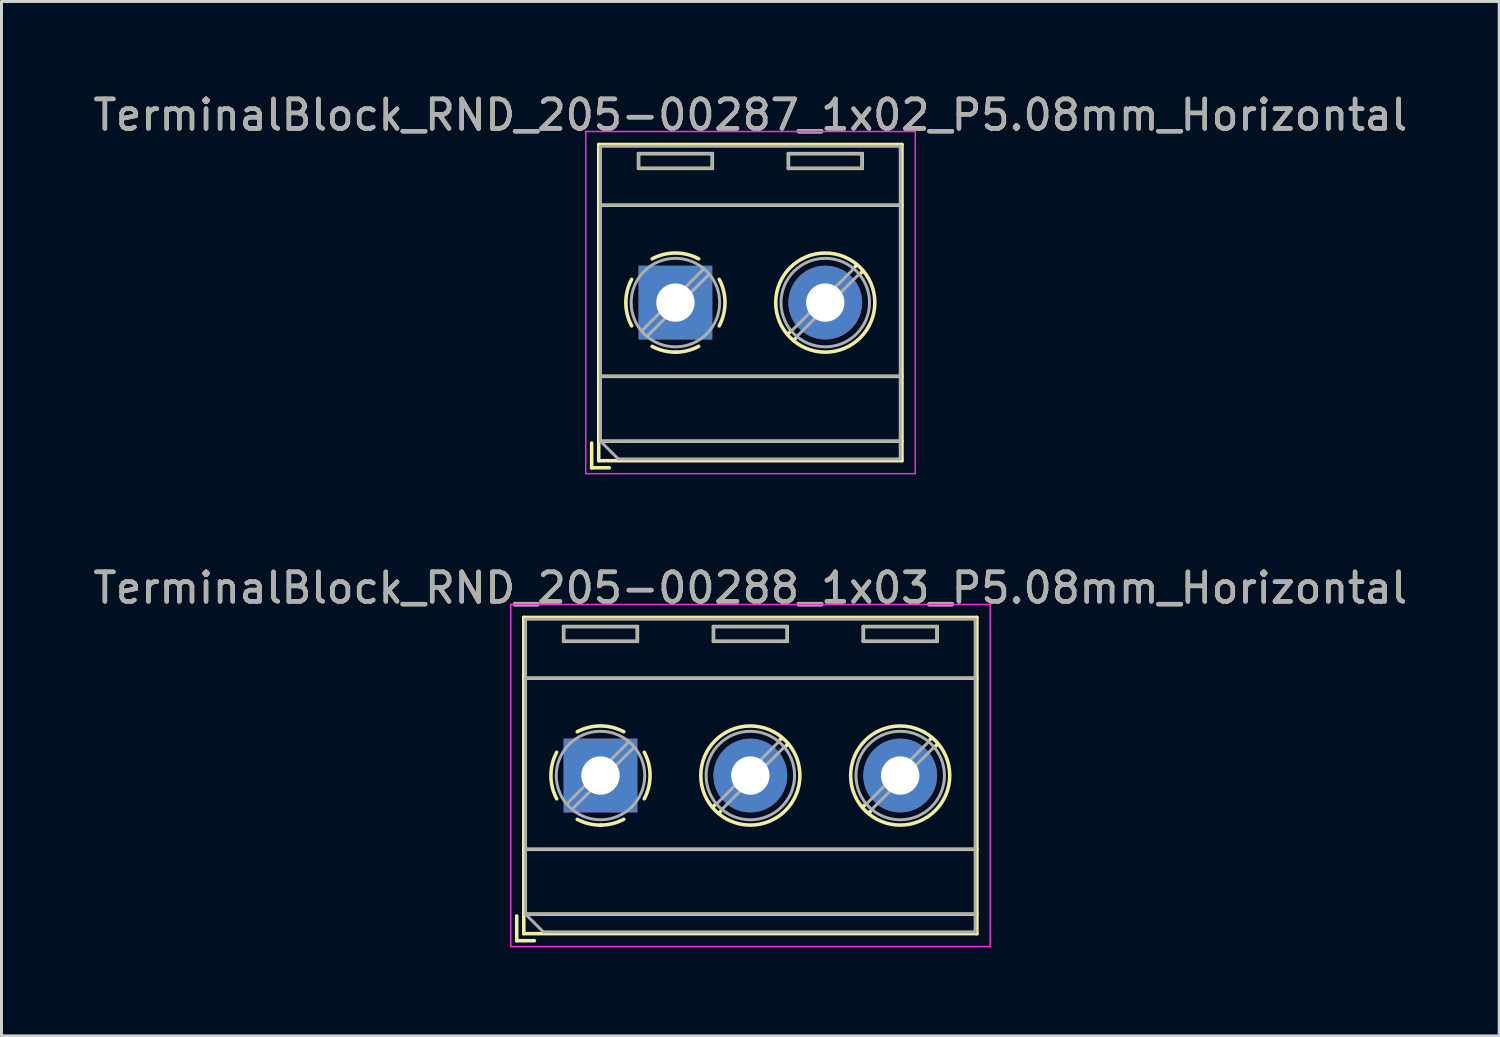
<source format=kicad_pcb>
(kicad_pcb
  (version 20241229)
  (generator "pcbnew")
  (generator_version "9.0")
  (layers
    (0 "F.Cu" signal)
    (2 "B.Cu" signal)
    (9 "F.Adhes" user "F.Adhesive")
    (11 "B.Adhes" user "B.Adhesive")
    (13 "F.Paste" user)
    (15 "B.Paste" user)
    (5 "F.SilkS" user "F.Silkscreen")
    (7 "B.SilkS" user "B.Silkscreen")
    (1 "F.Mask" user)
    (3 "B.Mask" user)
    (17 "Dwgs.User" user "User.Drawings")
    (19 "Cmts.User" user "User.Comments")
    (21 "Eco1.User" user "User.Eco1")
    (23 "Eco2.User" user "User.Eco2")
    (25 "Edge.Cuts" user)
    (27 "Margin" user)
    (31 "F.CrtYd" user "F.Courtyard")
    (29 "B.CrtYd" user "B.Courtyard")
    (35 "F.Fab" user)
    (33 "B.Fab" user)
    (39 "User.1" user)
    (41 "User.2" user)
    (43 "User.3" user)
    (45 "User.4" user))
  (footprint "TerminalBlock_RND_205-00288_1x03_P5.08mm_Horizontal"
    (layer "F.Cu")
    (at 17.307 23.241)
    (property "Reference" "TerminalBlock_RND_205-00288_1x03_P5.08mm_Horizontal" (at 5.08 -6.36 0) (layer "F.SilkS") (effects (font (size 1 1) (thickness 0.15))))
    (attr through_hole)
    (fp_line (start -2.84 4.76) (end -2.84 5.6) (stroke (width 0.12) (type solid)) (layer "F.SilkS"))
    (fp_line (start -2.84 5.6) (end -2.24 5.6) (stroke (width 0.12) (type solid)) (layer "F.SilkS"))
    (fp_line (start -2.6 -5.36) (end -2.6 5.36) (stroke (width 0.12) (type solid)) (layer "F.SilkS"))
    (fp_line (start -2.6 -5.36) (end 12.76 -5.36) (stroke (width 0.12) (type solid)) (layer "F.SilkS"))
    (fp_line (start -2.6 -3.3) (end 12.76 -3.3) (stroke (width 0.12) (type solid)) (layer "F.SilkS"))
    (fp_line (start -2.6 2.5) (end 12.76 2.5) (stroke (width 0.12) (type solid)) (layer "F.SilkS"))
    (fp_line (start -2.6 4.7) (end 12.76 4.7) (stroke (width 0.12) (type solid)) (layer "F.SilkS"))
    (fp_line (start -2.6 5.36) (end 12.76 5.36) (stroke (width 0.12) (type solid)) (layer "F.SilkS"))
    (fp_line (start -1.25 -5.05) (end -1.25 -4.55) (stroke (width 0.12) (type solid)) (layer "F.SilkS"))
    (fp_line (start -1.25 -5.05) (end 1.25 -5.05) (stroke (width 0.12) (type solid)) (layer "F.SilkS"))
    (fp_line (start -1.25 -4.55) (end 1.25 -4.55) (stroke (width 0.12) (type solid)) (layer "F.SilkS"))
    (fp_line (start 1.25 -5.05) (end 1.25 -4.55) (stroke (width 0.12) (type solid)) (layer "F.SilkS"))
    (fp_line (start 3.83 -5.05) (end 3.83 -4.55) (stroke (width 0.12) (type solid)) (layer "F.SilkS"))
    (fp_line (start 3.83 -5.05) (end 6.33 -5.05) (stroke (width 0.12) (type solid)) (layer "F.SilkS"))
    (fp_line (start 3.83 -4.55) (end 6.33 -4.55) (stroke (width 0.12) (type solid)) (layer "F.SilkS"))
    (fp_line (start 3.9 0.976) (end 3.806 1.069) (stroke (width 0.12) (type solid)) (layer "F.SilkS"))
    (fp_line (start 4.07 1.216) (end 4.011 1.274) (stroke (width 0.12) (type solid)) (layer "F.SilkS"))
    (fp_line (start 6.15 -1.275) (end 6.091 -1.216) (stroke (width 0.12) (type solid)) (layer "F.SilkS"))
    (fp_line (start 6.33 -5.05) (end 6.33 -4.55) (stroke (width 0.12) (type solid)) (layer "F.SilkS"))
    (fp_line (start 6.355 -1.069) (end 6.261 -0.976) (stroke (width 0.12) (type solid)) (layer "F.SilkS"))
    (fp_line (start 8.91 -5.05) (end 8.91 -4.55) (stroke (width 0.12) (type solid)) (layer "F.SilkS"))
    (fp_line (start 8.91 -5.05) (end 11.41 -5.05) (stroke (width 0.12) (type solid)) (layer "F.SilkS"))
    (fp_line (start 8.91 -4.55) (end 11.41 -4.55) (stroke (width 0.12) (type solid)) (layer "F.SilkS"))
    (fp_line (start 8.98 0.976) (end 8.886 1.069) (stroke (width 0.12) (type solid)) (layer "F.SilkS"))
    (fp_line (start 9.15 1.216) (end 9.091 1.274) (stroke (width 0.12) (type solid)) (layer "F.SilkS"))
    (fp_line (start 11.23 -1.275) (end 11.171 -1.216) (stroke (width 0.12) (type solid)) (layer "F.SilkS"))
    (fp_line (start 11.41 -5.05) (end 11.41 -4.55) (stroke (width 0.12) (type solid)) (layer "F.SilkS"))
    (fp_line (start 11.435 -1.069) (end 11.341 -0.976) (stroke (width 0.12) (type solid)) (layer "F.SilkS"))
    (fp_line (start 12.76 -5.36) (end 12.76 5.36) (stroke (width 0.12) (type solid)) (layer "F.SilkS"))
    (fp_arc (start -1.483953 0.789089) (mid -1.680708 0.00005) (end -1.484 -0.789) (stroke (width 0.12) (type solid)) (layer "F.SilkS"))
    (fp_arc (start -0.789089 -1.483953) (mid -0.00005 -1.680708) (end 0.789 -1.484) (stroke (width 0.12) (type solid)) (layer "F.SilkS"))
    (fp_arc (start 0.029383 1.68045) (mid -0.392304 1.634281) (end -0.789 1.484) (stroke (width 0.12) (type solid)) (layer "F.SilkS"))
    (fp_arc (start 0.788712 1.483352) (mid 0.406429 1.630097) (end 0 1.68) (stroke (width 0.12) (type solid)) (layer "F.SilkS"))
    (fp_arc (start 1.483953 -0.789089) (mid 1.680708 -0.00005) (end 1.484 0.789) (stroke (width 0.12) (type solid)) (layer "F.SilkS"))
    (fp_circle (center 5.08 0) (end 6.76 0) (stroke (width 0.12) (type solid)) (fill no) (layer "F.SilkS"))
    (fp_circle (center 10.16 0) (end 11.84 0) (stroke (width 0.12) (type solid)) (fill no) (layer "F.SilkS"))
    (fp_line (start -3.04 -5.8) (end -3.04 5.8) (stroke (width 0.05) (type solid)) (layer "F.CrtYd"))
    (fp_line (start -3.04 5.8) (end 13.21 5.8) (stroke (width 0.05) (type solid)) (layer "F.CrtYd"))
    (fp_line (start 13.21 -5.8) (end -3.04 -5.8) (stroke (width 0.05) (type solid)) (layer "F.CrtYd"))
    (fp_line (start 13.21 5.8) (end 13.21 -5.8) (stroke (width 0.05) (type solid)) (layer "F.CrtYd"))
    (fp_line (start -2.54 -5.3) (end 12.7 -5.3) (stroke (width 0.1) (type solid)) (layer "F.Fab"))
    (fp_line (start -2.54 -3.3) (end 12.7 -3.3) (stroke (width 0.1) (type solid)) (layer "F.Fab"))
    (fp_line (start -2.54 2.5) (end 12.7 2.5) (stroke (width 0.1) (type solid)) (layer "F.Fab"))
    (fp_line (start -2.54 4.7) (end -2.54 -5.3) (stroke (width 0.1) (type solid)) (layer "F.Fab"))
    (fp_line (start -2.54 4.7) (end 12.7 4.7) (stroke (width 0.1) (type solid)) (layer "F.Fab"))
    (fp_line (start -1.94 5.3) (end -2.54 4.7) (stroke (width 0.1) (type solid)) (layer "F.Fab"))
    (fp_line (start -1.25 -5.05) (end -1.25 -4.55) (stroke (width 0.1) (type solid)) (layer "F.Fab"))
    (fp_line (start -1.25 -4.55) (end 1.25 -4.55) (stroke (width 0.1) (type solid)) (layer "F.Fab"))
    (fp_line (start 0.955 -1.138) (end -1.138 0.955) (stroke (width 0.1) (type solid)) (layer "F.Fab"))
    (fp_line (start 1.138 -0.955) (end -0.955 1.138) (stroke (width 0.1) (type solid)) (layer "F.Fab"))
    (fp_line (start 1.25 -5.05) (end -1.25 -5.05) (stroke (width 0.1) (type solid)) (layer "F.Fab"))
    (fp_line (start 1.25 -4.55) (end 1.25 -5.05) (stroke (width 0.1) (type solid)) (layer "F.Fab"))
    (fp_line (start 3.83 -5.05) (end 3.83 -4.55) (stroke (width 0.1) (type solid)) (layer "F.Fab"))
    (fp_line (start 3.83 -4.55) (end 6.33 -4.55) (stroke (width 0.1) (type solid)) (layer "F.Fab"))
    (fp_line (start 6.035 -1.138) (end 3.943 0.955) (stroke (width 0.1) (type solid)) (layer "F.Fab"))
    (fp_line (start 6.218 -0.955) (end 4.126 1.138) (stroke (width 0.1) (type solid)) (layer "F.Fab"))
    (fp_line (start 6.33 -5.05) (end 3.83 -5.05) (stroke (width 0.1) (type solid)) (layer "F.Fab"))
    (fp_line (start 6.33 -4.55) (end 6.33 -5.05) (stroke (width 0.1) (type solid)) (layer "F.Fab"))
    (fp_line (start 8.91 -5.05) (end 8.91 -4.55) (stroke (width 0.1) (type solid)) (layer "F.Fab"))
    (fp_line (start 8.91 -4.55) (end 11.41 -4.55) (stroke (width 0.1) (type solid)) (layer "F.Fab"))
    (fp_line (start 11.115 -1.138) (end 9.023 0.955) (stroke (width 0.1) (type solid)) (layer "F.Fab"))
    (fp_line (start 11.298 -0.955) (end 9.206 1.138) (stroke (width 0.1) (type solid)) (layer "F.Fab"))
    (fp_line (start 11.41 -5.05) (end 8.91 -5.05) (stroke (width 0.1) (type solid)) (layer "F.Fab"))
    (fp_line (start 11.41 -4.55) (end 11.41 -5.05) (stroke (width 0.1) (type solid)) (layer "F.Fab"))
    (fp_line (start 12.7 -5.3) (end 12.7 5.3) (stroke (width 0.1) (type solid)) (layer "F.Fab"))
    (fp_line (start 12.7 5.3) (end -1.94 5.3) (stroke (width 0.1) (type solid)) (layer "F.Fab"))
    (fp_circle (center 0 0) (end 1.5 0) (stroke (width 0.1) (type solid)) (fill no) (layer "F.Fab"))
    (fp_circle (center 5.08 0) (end 6.58 0) (stroke (width 0.1) (type solid)) (fill no) (layer "F.Fab"))
    (fp_circle (center 10.16 0) (end 11.66 0) (stroke (width 0.1) (type solid)) (fill no) (layer "F.Fab"))
    (fp_text user "${REFERENCE}" (at 5.08 -6.36 0) (layer "F.Fab") (effects (font (size 1 1) (thickness 0.15))))
    (pad "1" thru_hole rect (at 0 0) (size 2.5 2.5) (drill 1.3) (layers "*.Cu" "*.Mask"))
    (pad "2" thru_hole circle (at 5.08 0) (size 2.5 2.5) (drill 1.3) (layers "*.Cu" "*.Mask"))
    (pad "3" thru_hole circle (at 10.16 0) (size 2.5 2.5) (drill 1.3) (layers "*.Cu" "*.Mask")))
  (footprint "TerminalBlock_RND_205-00287_1x02_P5.08mm_Horizontal"
    (layer "F.Cu")
    (at 19.847 7.208)
    (property "Reference" "TerminalBlock_RND_205-00287_1x02_P5.08mm_Horizontal" (at 2.54 -6.36 0) (layer "F.SilkS") (effects (font (size 1 1) (thickness 0.15))))
    (attr through_hole)
    (fp_line (start -2.84 4.76) (end -2.84 5.6) (stroke (width 0.12) (type solid)) (layer "F.SilkS"))
    (fp_line (start -2.84 5.6) (end -2.24 5.6) (stroke (width 0.12) (type solid)) (layer "F.SilkS"))
    (fp_line (start -2.6 -5.36) (end -2.6 5.36) (stroke (width 0.12) (type solid)) (layer "F.SilkS"))
    (fp_line (start -2.6 -5.36) (end 7.68 -5.36) (stroke (width 0.12) (type solid)) (layer "F.SilkS"))
    (fp_line (start -2.6 -3.3) (end 7.68 -3.3) (stroke (width 0.12) (type solid)) (layer "F.SilkS"))
    (fp_line (start -2.6 2.5) (end 7.68 2.5) (stroke (width 0.12) (type solid)) (layer "F.SilkS"))
    (fp_line (start -2.6 4.7) (end 7.68 4.7) (stroke (width 0.12) (type solid)) (layer "F.SilkS"))
    (fp_line (start -2.6 5.36) (end 7.68 5.36) (stroke (width 0.12) (type solid)) (layer "F.SilkS"))
    (fp_line (start -1.25 -5.05) (end -1.25 -4.55) (stroke (width 0.12) (type solid)) (layer "F.SilkS"))
    (fp_line (start -1.25 -5.05) (end 1.25 -5.05) (stroke (width 0.12) (type solid)) (layer "F.SilkS"))
    (fp_line (start -1.25 -4.55) (end 1.25 -4.55) (stroke (width 0.12) (type solid)) (layer "F.SilkS"))
    (fp_line (start 1.25 -5.05) (end 1.25 -4.55) (stroke (width 0.12) (type solid)) (layer "F.SilkS"))
    (fp_line (start 3.83 -5.05) (end 3.83 -4.55) (stroke (width 0.12) (type solid)) (layer "F.SilkS"))
    (fp_line (start 3.83 -5.05) (end 6.33 -5.05) (stroke (width 0.12) (type solid)) (layer "F.SilkS"))
    (fp_line (start 3.83 -4.55) (end 6.33 -4.55) (stroke (width 0.12) (type solid)) (layer "F.SilkS"))
    (fp_line (start 3.9 0.976) (end 3.806 1.069) (stroke (width 0.12) (type solid)) (layer "F.SilkS"))
    (fp_line (start 4.07 1.216) (end 4.011 1.274) (stroke (width 0.12) (type solid)) (layer "F.SilkS"))
    (fp_line (start 6.15 -1.275) (end 6.091 -1.216) (stroke (width 0.12) (type solid)) (layer "F.SilkS"))
    (fp_line (start 6.33 -5.05) (end 6.33 -4.55) (stroke (width 0.12) (type solid)) (layer "F.SilkS"))
    (fp_line (start 6.355 -1.069) (end 6.261 -0.976) (stroke (width 0.12) (type solid)) (layer "F.SilkS"))
    (fp_line (start 7.68 -5.36) (end 7.68 5.36) (stroke (width 0.12) (type solid)) (layer "F.SilkS"))
    (fp_arc (start -1.483953 0.789089) (mid -1.680708 0.00005) (end -1.484 -0.789) (stroke (width 0.12) (type solid)) (layer "F.SilkS"))
    (fp_arc (start -0.789089 -1.483953) (mid -0.00005 -1.680708) (end 0.789 -1.484) (stroke (width 0.12) (type solid)) (layer "F.SilkS"))
    (fp_arc (start 0.029383 1.68045) (mid -0.392304 1.634281) (end -0.789 1.484) (stroke (width 0.12) (type solid)) (layer "F.SilkS"))
    (fp_arc (start 0.788712 1.483352) (mid 0.406429 1.630097) (end 0 1.68) (stroke (width 0.12) (type solid)) (layer "F.SilkS"))
    (fp_arc (start 1.483953 -0.789089) (mid 1.680708 -0.00005) (end 1.484 0.789) (stroke (width 0.12) (type solid)) (layer "F.SilkS"))
    (fp_circle (center 5.08 0) (end 6.76 0) (stroke (width 0.12) (type solid)) (fill no) (layer "F.SilkS"))
    (fp_line (start -3.04 -5.8) (end -3.04 5.8) (stroke (width 0.05) (type solid)) (layer "F.CrtYd"))
    (fp_line (start -3.04 5.8) (end 8.13 5.8) (stroke (width 0.05) (type solid)) (layer "F.CrtYd"))
    (fp_line (start 8.13 -5.8) (end -3.04 -5.8) (stroke (width 0.05) (type solid)) (layer "F.CrtYd"))
    (fp_line (start 8.13 5.8) (end 8.13 -5.8) (stroke (width 0.05) (type solid)) (layer "F.CrtYd"))
    (fp_line (start -2.54 -5.3) (end 7.62 -5.3) (stroke (width 0.1) (type solid)) (layer "F.Fab"))
    (fp_line (start -2.54 -3.3) (end 7.62 -3.3) (stroke (width 0.1) (type solid)) (layer "F.Fab"))
    (fp_line (start -2.54 2.5) (end 7.62 2.5) (stroke (width 0.1) (type solid)) (layer "F.Fab"))
    (fp_line (start -2.54 4.7) (end -2.54 -5.3) (stroke (width 0.1) (type solid)) (layer "F.Fab"))
    (fp_line (start -2.54 4.7) (end 7.62 4.7) (stroke (width 0.1) (type solid)) (layer "F.Fab"))
    (fp_line (start -1.94 5.3) (end -2.54 4.7) (stroke (width 0.1) (type solid)) (layer "F.Fab"))
    (fp_line (start -1.25 -5.05) (end -1.25 -4.55) (stroke (width 0.1) (type solid)) (layer "F.Fab"))
    (fp_line (start -1.25 -4.55) (end 1.25 -4.55) (stroke (width 0.1) (type solid)) (layer "F.Fab"))
    (fp_line (start 0.955 -1.138) (end -1.138 0.955) (stroke (width 0.1) (type solid)) (layer "F.Fab"))
    (fp_line (start 1.138 -0.955) (end -0.955 1.138) (stroke (width 0.1) (type solid)) (layer "F.Fab"))
    (fp_line (start 1.25 -5.05) (end -1.25 -5.05) (stroke (width 0.1) (type solid)) (layer "F.Fab"))
    (fp_line (start 1.25 -4.55) (end 1.25 -5.05) (stroke (width 0.1) (type solid)) (layer "F.Fab"))
    (fp_line (start 3.83 -5.05) (end 3.83 -4.55) (stroke (width 0.1) (type solid)) (layer "F.Fab"))
    (fp_line (start 3.83 -4.55) (end 6.33 -4.55) (stroke (width 0.1) (type solid)) (layer "F.Fab"))
    (fp_line (start 6.035 -1.138) (end 3.943 0.955) (stroke (width 0.1) (type solid)) (layer "F.Fab"))
    (fp_line (start 6.218 -0.955) (end 4.126 1.138) (stroke (width 0.1) (type solid)) (layer "F.Fab"))
    (fp_line (start 6.33 -5.05) (end 3.83 -5.05) (stroke (width 0.1) (type solid)) (layer "F.Fab"))
    (fp_line (start 6.33 -4.55) (end 6.33 -5.05) (stroke (width 0.1) (type solid)) (layer "F.Fab"))
    (fp_line (start 7.62 -5.3) (end 7.62 5.3) (stroke (width 0.1) (type solid)) (layer "F.Fab"))
    (fp_line (start 7.62 5.3) (end -1.94 5.3) (stroke (width 0.1) (type solid)) (layer "F.Fab"))
    (fp_circle (center 0 0) (end 1.5 0) (stroke (width 0.1) (type solid)) (fill no) (layer "F.Fab"))
    (fp_circle (center 5.08 0) (end 6.58 0) (stroke (width 0.1) (type solid)) (fill no) (layer "F.Fab"))
    (fp_text user "${REFERENCE}" (at 2.54 -6.36 0) (layer "F.Fab") (effects (font (size 1 1) (thickness 0.15))))
    (pad "1" thru_hole rect (at 0 0) (size 2.5 2.5) (drill 1.3) (layers "*.Cu" "*.Mask"))
    (pad "2" thru_hole circle (at 5.08 0) (size 2.5 2.5) (drill 1.3) (layers "*.Cu" "*.Mask")))
  (gr_rect
    (start -3 -3)
    (end 47.774 32.066)
    (stroke (width 0.1) (type default))
    (fill no)
    (layer "Edge.Cuts")))
</source>
